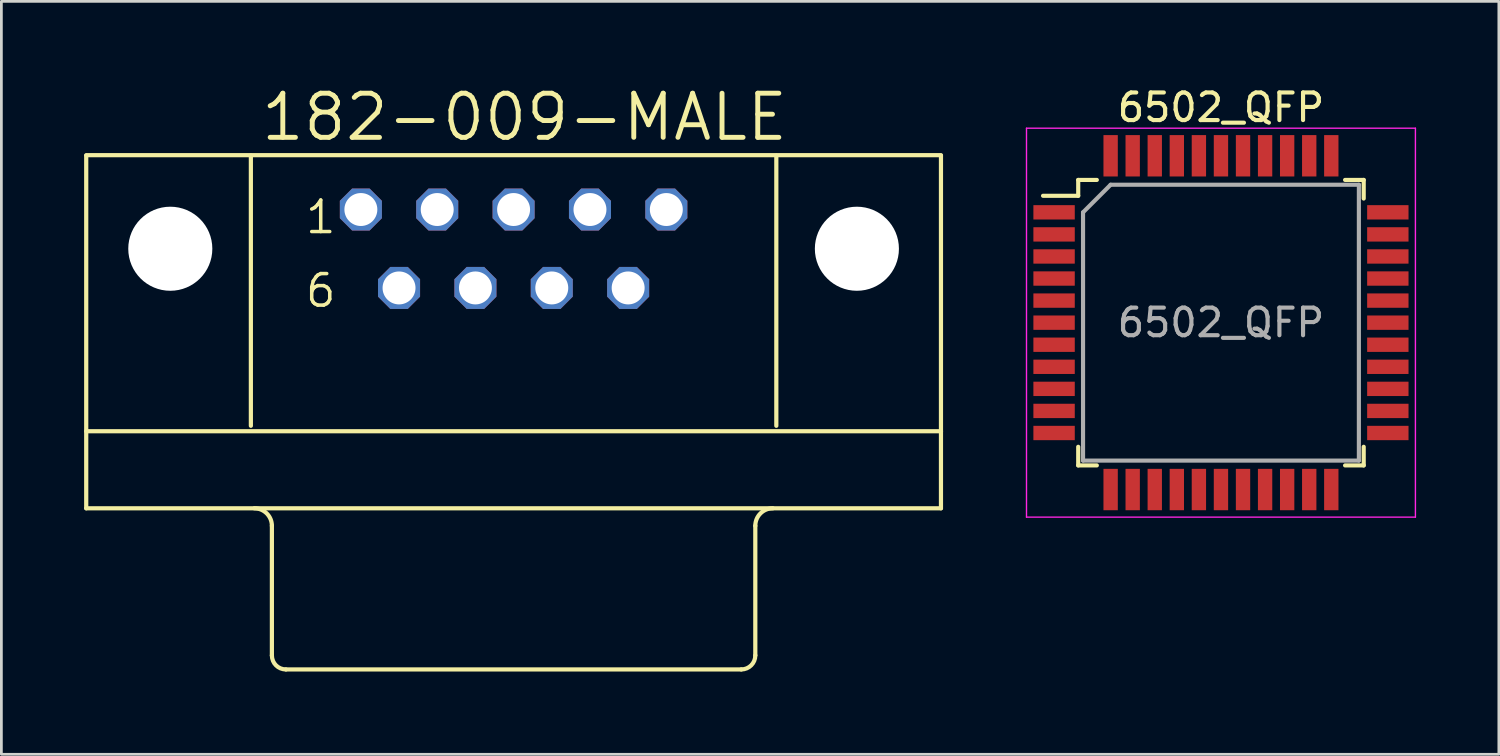
<source format=kicad_pcb>
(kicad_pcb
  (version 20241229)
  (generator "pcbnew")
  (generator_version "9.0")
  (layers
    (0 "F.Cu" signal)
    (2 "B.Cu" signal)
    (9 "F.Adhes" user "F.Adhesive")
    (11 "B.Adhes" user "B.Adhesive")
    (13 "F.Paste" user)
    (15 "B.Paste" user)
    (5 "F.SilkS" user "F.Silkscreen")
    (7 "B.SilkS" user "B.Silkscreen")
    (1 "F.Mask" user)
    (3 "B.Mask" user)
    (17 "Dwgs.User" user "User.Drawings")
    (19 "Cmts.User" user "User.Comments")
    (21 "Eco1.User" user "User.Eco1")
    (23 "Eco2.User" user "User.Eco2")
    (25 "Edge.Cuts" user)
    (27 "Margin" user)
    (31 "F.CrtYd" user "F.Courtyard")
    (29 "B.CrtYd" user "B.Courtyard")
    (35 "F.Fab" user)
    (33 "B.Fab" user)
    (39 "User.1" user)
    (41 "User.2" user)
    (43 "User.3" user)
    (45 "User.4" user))
  (footprint "6502_QFP"
    (layer "F.Cu")
    (at 41.215 8.648)
    (property "Reference" "6502_QFP" (at 0 -7.8 0) (layer "F.SilkS") (effects (font (size 1 1) (thickness 0.15))))
    (attr smd)
    (fp_line (start -5.175 -5.175) (end -5.175 -4.6) (stroke (width 0.15) (type solid)) (layer "F.SilkS"))
    (fp_line (start -5.175 -5.175) (end -4.5 -5.175) (stroke (width 0.15) (type solid)) (layer "F.SilkS"))
    (fp_line (start -5.175 -4.6) (end -6.45 -4.6) (stroke (width 0.15) (type solid)) (layer "F.SilkS"))
    (fp_line (start -5.175 5.175) (end -5.175 4.5) (stroke (width 0.15) (type solid)) (layer "F.SilkS"))
    (fp_line (start -5.175 5.175) (end -4.5 5.175) (stroke (width 0.15) (type solid)) (layer "F.SilkS"))
    (fp_line (start 5.175 -5.175) (end 4.5 -5.175) (stroke (width 0.15) (type solid)) (layer "F.SilkS"))
    (fp_line (start 5.175 -5.175) (end 5.175 -4.5) (stroke (width 0.15) (type solid)) (layer "F.SilkS"))
    (fp_line (start 5.175 5.175) (end 4.5 5.175) (stroke (width 0.15) (type solid)) (layer "F.SilkS"))
    (fp_line (start 5.175 5.175) (end 5.175 4.5) (stroke (width 0.15) (type solid)) (layer "F.SilkS"))
    (fp_line (start -7.05 -7.05) (end -7.05 7.05) (stroke (width 0.05) (type solid)) (layer "F.CrtYd"))
    (fp_line (start -7.05 -7.05) (end 7.05 -7.05) (stroke (width 0.05) (type solid)) (layer "F.CrtYd"))
    (fp_line (start -7.05 7.05) (end 7.05 7.05) (stroke (width 0.05) (type solid)) (layer "F.CrtYd"))
    (fp_line (start 7.05 -7.05) (end 7.05 7.05) (stroke (width 0.05) (type solid)) (layer "F.CrtYd"))
    (fp_line (start -5 -4) (end -4 -5) (stroke (width 0.15) (type solid)) (layer "F.Fab"))
    (fp_line (start -5 5) (end -5 -4) (stroke (width 0.15) (type solid)) (layer "F.Fab"))
    (fp_line (start -4 -5) (end 5 -5) (stroke (width 0.15) (type solid)) (layer "F.Fab"))
    (fp_line (start 5 -5) (end 5 5) (stroke (width 0.15) (type solid)) (layer "F.Fab"))
    (fp_line (start 5 5) (end -5 5) (stroke (width 0.15) (type solid)) (layer "F.Fab"))
    (fp_text user "${REFERENCE}" (at 0 0 0) (layer "F.Fab") (effects (font (size 1 1) (thickness 0.15))))
    (pad "1" smd rect (at -0.8 -6.05) (size 0.52 1.5) (layers "F.Cu" "F.Mask" "F.Paste"))
    (pad "2" smd rect (at -1.6 -6.05) (size 0.52 1.5) (layers "F.Cu" "F.Mask" "F.Paste"))
    (pad "3" smd rect (at -2.4 -6.05) (size 0.52 1.5) (layers "F.Cu" "F.Mask" "F.Paste"))
    (pad "4" smd rect (at -3.2 -6.05) (size 0.52 1.5) (layers "F.Cu" "F.Mask" "F.Paste"))
    (pad "5" smd rect (at -4 -6.05) (size 0.52 1.5) (layers "F.Cu" "F.Mask" "F.Paste"))
    (pad "6" smd rect (at -6.05 -4) (size 1.5 0.52) (layers "F.Cu" "F.Mask" "F.Paste"))
    (pad "7" smd rect (at -6.05 -3.2) (size 1.5 0.52) (layers "F.Cu" "F.Mask" "F.Paste"))
    (pad "8" smd rect (at -6.05 -2.4) (size 1.5 0.52) (layers "F.Cu" "F.Mask" "F.Paste"))
    (pad "8" smd rect (at 6.05 -2.4) (size 1.5 0.52) (layers "F.Cu" "F.Mask" "F.Paste"))
    (pad "9" smd rect (at -6.05 -1.6) (size 1.5 0.52) (layers "F.Cu" "F.Mask" "F.Paste"))
    (pad "10" smd rect (at -6.05 -0.8) (size 1.5 0.52) (layers "F.Cu" "F.Mask" "F.Paste"))
    (pad "11" smd rect (at -6.05 0.8) (size 1.5 0.52) (layers "F.Cu" "F.Mask" "F.Paste"))
    (pad "12" smd rect (at -6.05 1.6) (size 1.5 0.52) (layers "F.Cu" "F.Mask" "F.Paste"))
    (pad "13" smd rect (at -6.05 2.4) (size 1.5 0.52) (layers "F.Cu" "F.Mask" "F.Paste"))
    (pad "14" smd rect (at -6.05 3.2) (size 1.5 0.52) (layers "F.Cu" "F.Mask" "F.Paste"))
    (pad "15" smd rect (at -6.05 4) (size 1.5 0.52) (layers "F.Cu" "F.Mask" "F.Paste"))
    (pad "16" smd rect (at -4 6.05) (size 0.52 1.5) (layers "F.Cu" "F.Mask" "F.Paste"))
    (pad "17" smd rect (at -3.2 6.05) (size 0.52 1.5) (layers "F.Cu" "F.Mask" "F.Paste"))
    (pad "18" smd rect (at -2.4 6.05) (size 0.52 1.5) (layers "F.Cu" "F.Mask" "F.Paste"))
    (pad "19" smd rect (at -1.6 6.05) (size 0.52 1.5) (layers "F.Cu" "F.Mask" "F.Paste"))
    (pad "20" smd rect (at -0.8 6.05) (size 0.52 1.5) (layers "F.Cu" "F.Mask" "F.Paste"))
    (pad "21" smd rect (at 0 -6.05) (size 0.52 1.5) (layers "F.Cu" "F.Mask" "F.Paste"))
    (pad "21" smd rect (at 0 6.05) (size 0.52 1.5) (layers "F.Cu" "F.Mask" "F.Paste"))
    (pad "21" smd rect (at 0.8 6.05) (size 0.52 1.5) (layers "F.Cu" "F.Mask" "F.Paste"))
    (pad "22" smd rect (at 1.6 6.05) (size 0.52 1.5) (layers "F.Cu" "F.Mask" "F.Paste"))
    (pad "23" smd rect (at 2.4 6.05) (size 0.52 1.5) (layers "F.Cu" "F.Mask" "F.Paste"))
    (pad "24" smd rect (at 3.2 6.05) (size 0.52 1.5) (layers "F.Cu" "F.Mask" "F.Paste"))
    (pad "25" smd rect (at 4 6.05) (size 0.52 1.5) (layers "F.Cu" "F.Mask" "F.Paste"))
    (pad "26" smd rect (at 6.05 4) (size 1.5 0.52) (layers "F.Cu" "F.Mask" "F.Paste"))
    (pad "27" smd rect (at 6.05 3.2) (size 1.5 0.52) (layers "F.Cu" "F.Mask" "F.Paste"))
    (pad "28" smd rect (at 6.05 2.4) (size 1.5 0.52) (layers "F.Cu" "F.Mask" "F.Paste"))
    (pad "29" smd rect (at 6.05 1.6) (size 1.5 0.52) (layers "F.Cu" "F.Mask" "F.Paste"))
    (pad "30" smd rect (at 6.05 0.8) (size 1.5 0.52) (layers "F.Cu" "F.Mask" "F.Paste"))
    (pad "31" smd rect (at 6.05 0) (size 1.5 0.52) (layers "F.Cu" "F.Mask" "F.Paste"))
    (pad "32" smd rect (at 6.05 -0.8) (size 1.5 0.52) (layers "F.Cu" "F.Mask" "F.Paste"))
    (pad "33" smd rect (at 6.05 -1.6) (size 1.5 0.52) (layers "F.Cu" "F.Mask" "F.Paste"))
    (pad "34" smd rect (at 6.05 -3.2) (size 1.5 0.52) (layers "F.Cu" "F.Mask" "F.Paste"))
    (pad "35" smd rect (at 6.05 -4) (size 1.5 0.52) (layers "F.Cu" "F.Mask" "F.Paste"))
    (pad "36" smd rect (at 4 -6.05) (size 0.52 1.5) (layers "F.Cu" "F.Mask" "F.Paste"))
    (pad "37" smd rect (at 3.2 -6.05) (size 0.52 1.5) (layers "F.Cu" "F.Mask" "F.Paste"))
    (pad "38" smd rect (at 2.4 -6.05) (size 0.52 1.5) (layers "F.Cu" "F.Mask" "F.Paste"))
    (pad "39" smd rect (at 1.6 -6.05) (size 0.52 1.5) (layers "F.Cu" "F.Mask" "F.Paste"))
    (pad "40" smd rect (at 0.8 -6.05) (size 0.52 1.5) (layers "F.Cu" "F.Mask" "F.Paste"))
    (pad "41" smd rect (at -6.05 0) (size 1.5 0.52) (layers "F.Cu" "F.Mask" "F.Paste")))
  (footprint "182-009-MALE"
    (layer "F.Cu")
    (at 15.57 15.469)
    (property "Reference" "182-009-MALE" (at -9.246 -13.335 0) (layer "F.SilkS") (effects (font (size 1.6 1.6) (thickness 0.178)) (justify left bottom)))
    (fp_line (start -15.494 -12.875) (end -15.494 -0.091) (stroke (width 0.152) (type solid)) (layer "F.SilkS"))
    (fp_line (start -9.525 -12.875) (end -9.525 -3.082) (stroke (width 0.152) (type solid)) (layer "F.SilkS"))
    (fp_line (start -8.763 0.544) (end -8.763 5.243) (stroke (width 0.152) (type solid)) (layer "F.SilkS"))
    (fp_line (start 8.255 5.751) (end -8.255 5.751) (stroke (width 0.152) (type solid)) (layer "F.SilkS"))
    (fp_line (start 8.763 0.544) (end 8.763 5.243) (stroke (width 0.152) (type solid)) (layer "F.SilkS"))
    (fp_line (start 9.525 -3.082) (end 9.525 -12.875) (stroke (width 0.152) (type solid)) (layer "F.SilkS"))
    (fp_line (start 15.494 -12.893) (end -15.494 -12.893) (stroke (width 0.152) (type solid)) (layer "F.SilkS"))
    (fp_line (start 15.494 -12.875) (end 15.494 -2.885) (stroke (width 0.152) (type solid)) (layer "F.SilkS"))
    (fp_line (start 15.494 -2.885) (end -15.494 -2.885) (stroke (width 0.152) (type solid)) (layer "F.SilkS"))
    (fp_line (start 15.494 -2.885) (end 15.494 -0.091) (stroke (width 0.152) (type solid)) (layer "F.SilkS"))
    (fp_line (start 15.494 -0.091) (end -15.494 -0.091) (stroke (width 0.152) (type solid)) (layer "F.SilkS"))
    (fp_arc (start -9.398 -0.091) (mid -8.948987 0.094987) (end -8.763 0.544) (stroke (width 0.1524) (type solid)) (layer "F.SilkS"))
    (fp_arc (start -8.255 5.751) (mid -8.61421 5.60221) (end -8.763 5.243) (stroke (width 0.1524) (type solid)) (layer "F.SilkS"))
    (fp_arc (start 8.763 0.544) (mid 8.948987 0.094987) (end 9.398 -0.091) (stroke (width 0.1524) (type solid)) (layer "F.SilkS"))
    (fp_arc (start 8.763 5.243) (mid 8.61421 5.60221) (end 8.255 5.751) (stroke (width 0.1524) (type solid)) (layer "F.SilkS"))
    (fp_text user "6" (at -7.62 -7.311 0) (layer "F.SilkS") (effects (font (size 1.143 1.143) (thickness 0.127)) (justify left bottom)))
    (fp_text user "1" (at -7.62 -9.978 0) (layer "F.SilkS") (effects (font (size 1.143 1.143) (thickness 0.127)) (justify left bottom)))
    (pad "" np_thru_hole circle (at -12.446 -9.501) (size 3.048 3.048) (drill 3.048) (layers "*.Cu" "*.Mask"))
    (pad "" np_thru_hole circle (at 12.446 -9.501) (size 3.048 3.048) (drill 3.048) (layers "*.Cu" "*.Mask"))
    (pad "1" thru_hole roundrect (at -5.537 -10.923) (size 1.524 1.524) (drill 1.194) (layers "*.Cu" "*.Mask") (roundrect_rratio 0.25) (chamfer_ratio 0.293) (chamfer top_left top_right bottom_left bottom_right))
    (pad "2" thru_hole roundrect (at -2.769 -10.923) (size 1.524 1.524) (drill 1.194) (layers "*.Cu" "*.Mask") (roundrect_rratio 0.25) (chamfer_ratio 0.293) (chamfer top_left top_right bottom_left bottom_right))
    (pad "3" thru_hole roundrect (at 0 -10.923) (size 1.524 1.524) (drill 1.194) (layers "*.Cu" "*.Mask") (roundrect_rratio 0.25) (chamfer_ratio 0.293) (chamfer top_left top_right bottom_left bottom_right))
    (pad "4" thru_hole roundrect (at 2.769 -10.923) (size 1.524 1.524) (drill 1.194) (layers "*.Cu" "*.Mask") (roundrect_rratio 0.25) (chamfer_ratio 0.293) (chamfer top_left top_right bottom_left bottom_right))
    (pad "5" thru_hole roundrect (at 5.537 -10.923) (size 1.524 1.524) (drill 1.194) (layers "*.Cu" "*.Mask") (roundrect_rratio 0.25) (chamfer_ratio 0.293) (chamfer top_left top_right bottom_left bottom_right))
    (pad "6" thru_hole roundrect (at -4.153 -8.08) (size 1.524 1.524) (drill 1.194) (layers "*.Cu" "*.Mask") (roundrect_rratio 0.25) (chamfer_ratio 0.293) (chamfer top_left top_right bottom_left bottom_right))
    (pad "7" thru_hole roundrect (at -1.384 -8.08) (size 1.524 1.524) (drill 1.194) (layers "*.Cu" "*.Mask") (roundrect_rratio 0.25) (chamfer_ratio 0.293) (chamfer top_left top_right bottom_left bottom_right))
    (pad "8" thru_hole roundrect (at 1.384 -8.08) (size 1.524 1.524) (drill 1.194) (layers "*.Cu" "*.Mask") (roundrect_rratio 0.25) (chamfer_ratio 0.293) (chamfer top_left top_right bottom_left bottom_right))
    (pad "9" thru_hole roundrect (at 4.153 -8.08) (size 1.524 1.524) (drill 1.194) (layers "*.Cu" "*.Mask") (roundrect_rratio 0.25) (chamfer_ratio 0.293) (chamfer top_left top_right bottom_left bottom_right)))
  (gr_rect
    (start -3 -3)
    (end 51.29 24.296)
    (stroke (width 0.1) (type default))
    (fill no)
    (layer "Edge.Cuts")))
</source>
